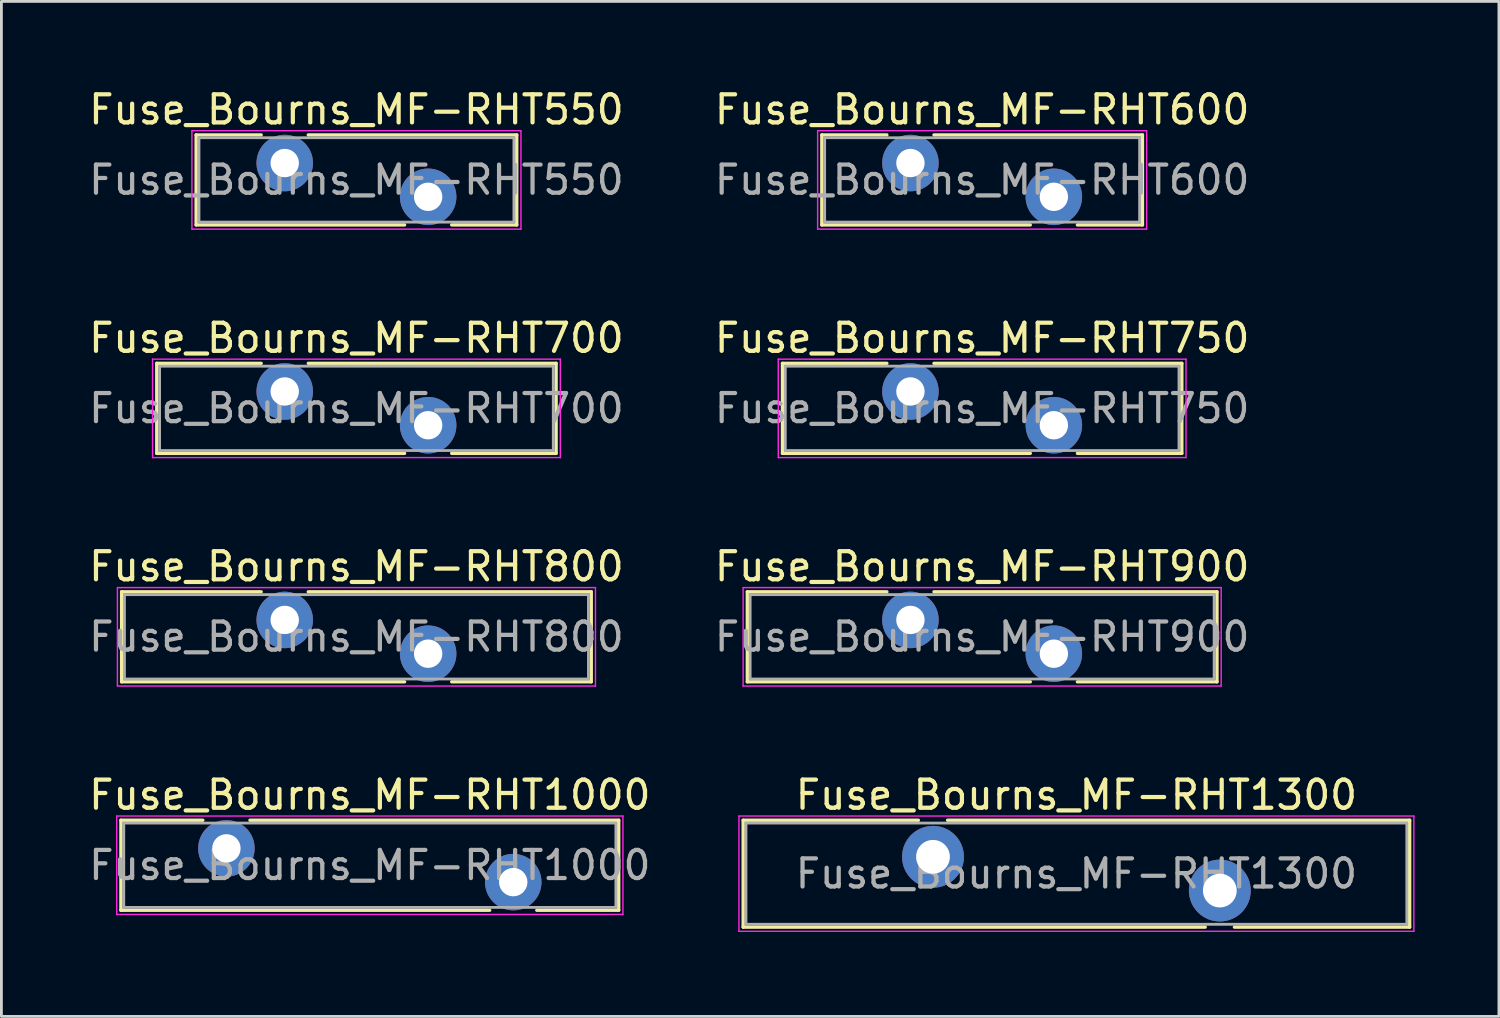
<source format=kicad_pcb>
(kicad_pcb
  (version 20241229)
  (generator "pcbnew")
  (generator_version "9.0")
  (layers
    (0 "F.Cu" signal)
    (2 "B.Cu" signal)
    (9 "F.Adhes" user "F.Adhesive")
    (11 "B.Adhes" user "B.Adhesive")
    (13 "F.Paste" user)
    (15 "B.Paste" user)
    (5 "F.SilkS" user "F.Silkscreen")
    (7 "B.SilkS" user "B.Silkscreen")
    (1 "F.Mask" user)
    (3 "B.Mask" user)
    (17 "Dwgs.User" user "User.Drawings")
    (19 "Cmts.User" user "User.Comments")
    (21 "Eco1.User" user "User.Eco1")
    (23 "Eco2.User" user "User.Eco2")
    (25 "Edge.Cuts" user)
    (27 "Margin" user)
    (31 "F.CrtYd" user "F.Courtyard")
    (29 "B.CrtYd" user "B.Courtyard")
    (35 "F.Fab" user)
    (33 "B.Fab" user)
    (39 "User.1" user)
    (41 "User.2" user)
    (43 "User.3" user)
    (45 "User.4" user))
  (footprint "Fuse_Bourns_MF-RHT900"
    (layer "F.Cu")
    (at 29.325 18.995)
    (property "Reference" "Fuse_Bourns_MF-RHT900" (at 2.55 -1.9 0) (layer "F.SilkS") (effects (font (size 1 1) (thickness 0.15))))
    (attr through_hole)
    (fp_line (start -5.8 -1) (end -5.8 2.2) (stroke (width 0.12) (type solid)) (layer "F.SilkS"))
    (fp_line (start -5.8 -1) (end -0.838 -1) (stroke (width 0.12) (type solid)) (layer "F.SilkS"))
    (fp_line (start -5.8 2.2) (end 4.262 2.2) (stroke (width 0.12) (type solid)) (layer "F.SilkS"))
    (fp_line (start 0.838 -1) (end 10.9 -1) (stroke (width 0.12) (type solid)) (layer "F.SilkS"))
    (fp_line (start 5.938 2.2) (end 10.9 2.2) (stroke (width 0.12) (type solid)) (layer "F.SilkS"))
    (fp_line (start 10.9 -1) (end 10.9 2.2) (stroke (width 0.12) (type solid)) (layer "F.SilkS"))
    (fp_line (start -5.95 -1.15) (end -5.95 2.35) (stroke (width 0.05) (type solid)) (layer "F.CrtYd"))
    (fp_line (start -5.95 2.35) (end 11.05 2.35) (stroke (width 0.05) (type solid)) (layer "F.CrtYd"))
    (fp_line (start 11.05 -1.15) (end -5.95 -1.15) (stroke (width 0.05) (type solid)) (layer "F.CrtYd"))
    (fp_line (start 11.05 2.35) (end 11.05 -1.15) (stroke (width 0.05) (type solid)) (layer "F.CrtYd"))
    (fp_line (start -5.7 -0.9) (end -5.7 2.1) (stroke (width 0.1) (type solid)) (layer "F.Fab"))
    (fp_line (start -5.7 2.1) (end 10.8 2.1) (stroke (width 0.1) (type solid)) (layer "F.Fab"))
    (fp_line (start 10.8 -0.9) (end -5.7 -0.9) (stroke (width 0.1) (type solid)) (layer "F.Fab"))
    (fp_line (start 10.8 2.1) (end 10.8 -0.9) (stroke (width 0.1) (type solid)) (layer "F.Fab"))
    (fp_text user "${REFERENCE}" (at 2.55 0.6 0) (layer "F.Fab") (effects (font (size 1 1) (thickness 0.15))))
    (pad "1" thru_hole circle (at 0 0) (size 2.01 2.01) (drill 1.01) (layers "*.Cu" "*.Mask"))
    (pad "2" thru_hole circle (at 5.1 1.2) (size 2.01 2.01) (drill 1.01) (layers "*.Cu" "*.Mask")))
  (footprint "Fuse_Bourns_MF-RHT600"
    (layer "F.Cu")
    (at 29.325 2.748)
    (property "Reference" "Fuse_Bourns_MF-RHT600" (at 2.55 -1.9 0) (layer "F.SilkS") (effects (font (size 1 1) (thickness 0.15))))
    (attr through_hole)
    (fp_line (start -3.15 -1) (end -3.15 2.2) (stroke (width 0.12) (type solid)) (layer "F.SilkS"))
    (fp_line (start -3.15 -1) (end -0.838 -1) (stroke (width 0.12) (type solid)) (layer "F.SilkS"))
    (fp_line (start -3.15 2.2) (end 4.262 2.2) (stroke (width 0.12) (type solid)) (layer "F.SilkS"))
    (fp_line (start 0.838 -1) (end 8.25 -1) (stroke (width 0.12) (type solid)) (layer "F.SilkS"))
    (fp_line (start 5.938 2.2) (end 8.25 2.2) (stroke (width 0.12) (type solid)) (layer "F.SilkS"))
    (fp_line (start 8.25 -1) (end 8.25 2.2) (stroke (width 0.12) (type solid)) (layer "F.SilkS"))
    (fp_line (start -3.3 -1.15) (end -3.3 2.35) (stroke (width 0.05) (type solid)) (layer "F.CrtYd"))
    (fp_line (start -3.3 2.35) (end 8.4 2.35) (stroke (width 0.05) (type solid)) (layer "F.CrtYd"))
    (fp_line (start 8.4 -1.15) (end -3.3 -1.15) (stroke (width 0.05) (type solid)) (layer "F.CrtYd"))
    (fp_line (start 8.4 2.35) (end 8.4 -1.15) (stroke (width 0.05) (type solid)) (layer "F.CrtYd"))
    (fp_line (start -3.05 -0.9) (end -3.05 2.1) (stroke (width 0.1) (type solid)) (layer "F.Fab"))
    (fp_line (start -3.05 2.1) (end 8.15 2.1) (stroke (width 0.1) (type solid)) (layer "F.Fab"))
    (fp_line (start 8.15 -0.9) (end -3.05 -0.9) (stroke (width 0.1) (type solid)) (layer "F.Fab"))
    (fp_line (start 8.15 2.1) (end 8.15 -0.9) (stroke (width 0.1) (type solid)) (layer "F.Fab"))
    (fp_text user "${REFERENCE}" (at 2.55 0.6 0) (layer "F.Fab") (effects (font (size 1 1) (thickness 0.15))))
    (pad "1" thru_hole circle (at 0 0) (size 2.01 2.01) (drill 1.01) (layers "*.Cu" "*.Mask"))
    (pad "2" thru_hole circle (at 5.1 1.2) (size 2.01 2.01) (drill 1.01) (layers "*.Cu" "*.Mask")))
  (footprint "Fuse_Bourns_MF-RHT1300"
    (layer "F.Cu")
    (at 30.127 27.418)
    (property "Reference" "Fuse_Bourns_MF-RHT1300" (at 5.1 -2.2 0) (layer "F.SilkS") (effects (font (size 1 1) (thickness 0.15))))
    (attr through_hole)
    (fp_line (start -6.75 -1.3) (end -6.75 2.5) (stroke (width 0.12) (type solid)) (layer "F.SilkS"))
    (fp_line (start -6.75 -1.3) (end -0.52 -1.3) (stroke (width 0.12) (type solid)) (layer "F.SilkS"))
    (fp_line (start -6.75 2.5) (end 9.68 2.5) (stroke (width 0.12) (type solid)) (layer "F.SilkS"))
    (fp_line (start 0.52 -1.3) (end 16.95 -1.3) (stroke (width 0.12) (type solid)) (layer "F.SilkS"))
    (fp_line (start 10.72 2.5) (end 16.95 2.5) (stroke (width 0.12) (type solid)) (layer "F.SilkS"))
    (fp_line (start 16.95 -1.3) (end 16.95 2.5) (stroke (width 0.12) (type solid)) (layer "F.SilkS"))
    (fp_line (start -6.9 -1.45) (end -6.9 2.65) (stroke (width 0.05) (type solid)) (layer "F.CrtYd"))
    (fp_line (start -6.9 2.65) (end 17.1 2.65) (stroke (width 0.05) (type solid)) (layer "F.CrtYd"))
    (fp_line (start 17.1 -1.45) (end -6.9 -1.45) (stroke (width 0.05) (type solid)) (layer "F.CrtYd"))
    (fp_line (start 17.1 2.65) (end 17.1 -1.45) (stroke (width 0.05) (type solid)) (layer "F.CrtYd"))
    (fp_line (start -6.65 -1.2) (end -6.65 2.4) (stroke (width 0.1) (type solid)) (layer "F.Fab"))
    (fp_line (start -6.65 2.4) (end 16.85 2.4) (stroke (width 0.1) (type solid)) (layer "F.Fab"))
    (fp_line (start 16.85 -1.2) (end -6.65 -1.2) (stroke (width 0.1) (type solid)) (layer "F.Fab"))
    (fp_line (start 16.85 2.4) (end 16.85 -1.2) (stroke (width 0.1) (type solid)) (layer "F.Fab"))
    (fp_text user "${REFERENCE}" (at 5.1 0.6 0) (layer "F.Fab") (effects (font (size 1 1) (thickness 0.15))))
    (pad "1" thru_hole circle (at 0 0) (size 2.2 2.2) (drill 1.2) (layers "*.Cu" "*.Mask"))
    (pad "2" thru_hole circle (at 10.2 1.2) (size 2.2 2.2) (drill 1.2) (layers "*.Cu" "*.Mask")))
  (footprint "Fuse_Bourns_MF-RHT800"
    (layer "F.Cu")
    (at 7.075 18.995)
    (property "Reference" "Fuse_Bourns_MF-RHT800" (at 2.55 -1.9 0) (layer "F.SilkS") (effects (font (size 1 1) (thickness 0.15))))
    (attr through_hole)
    (fp_line (start -5.8 -1) (end -5.8 2.2) (stroke (width 0.12) (type solid)) (layer "F.SilkS"))
    (fp_line (start -5.8 -1) (end -0.838 -1) (stroke (width 0.12) (type solid)) (layer "F.SilkS"))
    (fp_line (start -5.8 2.2) (end 4.262 2.2) (stroke (width 0.12) (type solid)) (layer "F.SilkS"))
    (fp_line (start 0.838 -1) (end 10.9 -1) (stroke (width 0.12) (type solid)) (layer "F.SilkS"))
    (fp_line (start 5.938 2.2) (end 10.9 2.2) (stroke (width 0.12) (type solid)) (layer "F.SilkS"))
    (fp_line (start 10.9 -1) (end 10.9 2.2) (stroke (width 0.12) (type solid)) (layer "F.SilkS"))
    (fp_line (start -5.95 -1.15) (end -5.95 2.35) (stroke (width 0.05) (type solid)) (layer "F.CrtYd"))
    (fp_line (start -5.95 2.35) (end 11.05 2.35) (stroke (width 0.05) (type solid)) (layer "F.CrtYd"))
    (fp_line (start 11.05 -1.15) (end -5.95 -1.15) (stroke (width 0.05) (type solid)) (layer "F.CrtYd"))
    (fp_line (start 11.05 2.35) (end 11.05 -1.15) (stroke (width 0.05) (type solid)) (layer "F.CrtYd"))
    (fp_line (start -5.7 -0.9) (end -5.7 2.1) (stroke (width 0.1) (type solid)) (layer "F.Fab"))
    (fp_line (start -5.7 2.1) (end 10.8 2.1) (stroke (width 0.1) (type solid)) (layer "F.Fab"))
    (fp_line (start 10.8 -0.9) (end -5.7 -0.9) (stroke (width 0.1) (type solid)) (layer "F.Fab"))
    (fp_line (start 10.8 2.1) (end 10.8 -0.9) (stroke (width 0.1) (type solid)) (layer "F.Fab"))
    (fp_text user "${REFERENCE}" (at 2.55 0.6 0) (layer "F.Fab") (effects (font (size 1 1) (thickness 0.15))))
    (pad "1" thru_hole circle (at 0 0) (size 2.01 2.01) (drill 1.01) (layers "*.Cu" "*.Mask"))
    (pad "2" thru_hole circle (at 5.1 1.2) (size 2.01 2.01) (drill 1.01) (layers "*.Cu" "*.Mask")))
  (footprint "Fuse_Bourns_MF-RHT750"
    (layer "F.Cu")
    (at 29.325 10.871)
    (property "Reference" "Fuse_Bourns_MF-RHT750" (at 2.55 -1.9 0) (layer "F.SilkS") (effects (font (size 1 1) (thickness 0.15))))
    (attr through_hole)
    (fp_line (start -4.55 -1) (end -4.55 2.2) (stroke (width 0.12) (type solid)) (layer "F.SilkS"))
    (fp_line (start -4.55 -1) (end -0.838 -1) (stroke (width 0.12) (type solid)) (layer "F.SilkS"))
    (fp_line (start -4.55 2.2) (end 4.262 2.2) (stroke (width 0.12) (type solid)) (layer "F.SilkS"))
    (fp_line (start 0.838 -1) (end 9.65 -1) (stroke (width 0.12) (type solid)) (layer "F.SilkS"))
    (fp_line (start 5.938 2.2) (end 9.65 2.2) (stroke (width 0.12) (type solid)) (layer "F.SilkS"))
    (fp_line (start 9.65 -1) (end 9.65 2.2) (stroke (width 0.12) (type solid)) (layer "F.SilkS"))
    (fp_line (start -4.7 -1.15) (end -4.7 2.35) (stroke (width 0.05) (type solid)) (layer "F.CrtYd"))
    (fp_line (start -4.7 2.35) (end 9.8 2.35) (stroke (width 0.05) (type solid)) (layer "F.CrtYd"))
    (fp_line (start 9.8 -1.15) (end -4.7 -1.15) (stroke (width 0.05) (type solid)) (layer "F.CrtYd"))
    (fp_line (start 9.8 2.35) (end 9.8 -1.15) (stroke (width 0.05) (type solid)) (layer "F.CrtYd"))
    (fp_line (start -4.45 -0.9) (end -4.45 2.1) (stroke (width 0.1) (type solid)) (layer "F.Fab"))
    (fp_line (start -4.45 2.1) (end 9.55 2.1) (stroke (width 0.1) (type solid)) (layer "F.Fab"))
    (fp_line (start 9.55 -0.9) (end -4.45 -0.9) (stroke (width 0.1) (type solid)) (layer "F.Fab"))
    (fp_line (start 9.55 2.1) (end 9.55 -0.9) (stroke (width 0.1) (type solid)) (layer "F.Fab"))
    (fp_text user "${REFERENCE}" (at 2.55 0.6 0) (layer "F.Fab") (effects (font (size 1 1) (thickness 0.15))))
    (pad "1" thru_hole circle (at 0 0) (size 2.01 2.01) (drill 1.01) (layers "*.Cu" "*.Mask"))
    (pad "2" thru_hole circle (at 5.1 1.2) (size 2.01 2.01) (drill 1.01) (layers "*.Cu" "*.Mask")))
  (footprint "Fuse_Bourns_MF-RHT700"
    (layer "F.Cu")
    (at 7.075 10.871)
    (property "Reference" "Fuse_Bourns_MF-RHT700" (at 2.55 -1.9 0) (layer "F.SilkS") (effects (font (size 1 1) (thickness 0.15))))
    (attr through_hole)
    (fp_line (start -4.55 -1) (end -4.55 2.2) (stroke (width 0.12) (type solid)) (layer "F.SilkS"))
    (fp_line (start -4.55 -1) (end -0.838 -1) (stroke (width 0.12) (type solid)) (layer "F.SilkS"))
    (fp_line (start -4.55 2.2) (end 4.262 2.2) (stroke (width 0.12) (type solid)) (layer "F.SilkS"))
    (fp_line (start 0.838 -1) (end 9.65 -1) (stroke (width 0.12) (type solid)) (layer "F.SilkS"))
    (fp_line (start 5.938 2.2) (end 9.65 2.2) (stroke (width 0.12) (type solid)) (layer "F.SilkS"))
    (fp_line (start 9.65 -1) (end 9.65 2.2) (stroke (width 0.12) (type solid)) (layer "F.SilkS"))
    (fp_line (start -4.7 -1.15) (end -4.7 2.35) (stroke (width 0.05) (type solid)) (layer "F.CrtYd"))
    (fp_line (start -4.7 2.35) (end 9.8 2.35) (stroke (width 0.05) (type solid)) (layer "F.CrtYd"))
    (fp_line (start 9.8 -1.15) (end -4.7 -1.15) (stroke (width 0.05) (type solid)) (layer "F.CrtYd"))
    (fp_line (start 9.8 2.35) (end 9.8 -1.15) (stroke (width 0.05) (type solid)) (layer "F.CrtYd"))
    (fp_line (start -4.45 -0.9) (end -4.45 2.1) (stroke (width 0.1) (type solid)) (layer "F.Fab"))
    (fp_line (start -4.45 2.1) (end 9.55 2.1) (stroke (width 0.1) (type solid)) (layer "F.Fab"))
    (fp_line (start 9.55 -0.9) (end -4.45 -0.9) (stroke (width 0.1) (type solid)) (layer "F.Fab"))
    (fp_line (start 9.55 2.1) (end 9.55 -0.9) (stroke (width 0.1) (type solid)) (layer "F.Fab"))
    (fp_text user "${REFERENCE}" (at 2.55 0.6 0) (layer "F.Fab") (effects (font (size 1 1) (thickness 0.15))))
    (pad "1" thru_hole circle (at 0 0) (size 2.01 2.01) (drill 1.01) (layers "*.Cu" "*.Mask"))
    (pad "2" thru_hole circle (at 5.1 1.2) (size 2.01 2.01) (drill 1.01) (layers "*.Cu" "*.Mask")))
  (footprint "Fuse_Bourns_MF-RHT550"
    (layer "F.Cu")
    (at 7.075 2.748)
    (property "Reference" "Fuse_Bourns_MF-RHT550" (at 2.55 -1.9 0) (layer "F.SilkS") (effects (font (size 1 1) (thickness 0.15))))
    (attr through_hole)
    (fp_line (start -3.15 -1) (end -3.15 2.2) (stroke (width 0.12) (type solid)) (layer "F.SilkS"))
    (fp_line (start -3.15 -1) (end -0.838 -1) (stroke (width 0.12) (type solid)) (layer "F.SilkS"))
    (fp_line (start -3.15 2.2) (end 4.262 2.2) (stroke (width 0.12) (type solid)) (layer "F.SilkS"))
    (fp_line (start 0.838 -1) (end 8.25 -1) (stroke (width 0.12) (type solid)) (layer "F.SilkS"))
    (fp_line (start 5.938 2.2) (end 8.25 2.2) (stroke (width 0.12) (type solid)) (layer "F.SilkS"))
    (fp_line (start 8.25 -1) (end 8.25 2.2) (stroke (width 0.12) (type solid)) (layer "F.SilkS"))
    (fp_line (start -3.3 -1.15) (end -3.3 2.35) (stroke (width 0.05) (type solid)) (layer "F.CrtYd"))
    (fp_line (start -3.3 2.35) (end 8.4 2.35) (stroke (width 0.05) (type solid)) (layer "F.CrtYd"))
    (fp_line (start 8.4 -1.15) (end -3.3 -1.15) (stroke (width 0.05) (type solid)) (layer "F.CrtYd"))
    (fp_line (start 8.4 2.35) (end 8.4 -1.15) (stroke (width 0.05) (type solid)) (layer "F.CrtYd"))
    (fp_line (start -3.05 -0.9) (end -3.05 2.1) (stroke (width 0.1) (type solid)) (layer "F.Fab"))
    (fp_line (start -3.05 2.1) (end 8.15 2.1) (stroke (width 0.1) (type solid)) (layer "F.Fab"))
    (fp_line (start 8.15 -0.9) (end -3.05 -0.9) (stroke (width 0.1) (type solid)) (layer "F.Fab"))
    (fp_line (start 8.15 2.1) (end 8.15 -0.9) (stroke (width 0.1) (type solid)) (layer "F.Fab"))
    (fp_text user "${REFERENCE}" (at 2.55 0.6 0) (layer "F.Fab") (effects (font (size 1 1) (thickness 0.15))))
    (pad "1" thru_hole circle (at 0 0) (size 2.01 2.01) (drill 1.01) (layers "*.Cu" "*.Mask"))
    (pad "2" thru_hole circle (at 5.1 1.2) (size 2.01 2.01) (drill 1.01) (layers "*.Cu" "*.Mask")))
  (footprint "Fuse_Bourns_MF-RHT1000"
    (layer "F.Cu")
    (at 5.001 27.118)
    (property "Reference" "Fuse_Bourns_MF-RHT1000" (at 5.1 -1.9 0) (layer "F.SilkS") (effects (font (size 1 1) (thickness 0.15))))
    (attr through_hole)
    (fp_line (start -3.75 -1) (end -3.75 2.2) (stroke (width 0.12) (type solid)) (layer "F.SilkS"))
    (fp_line (start -3.75 -1) (end -0.838 -1) (stroke (width 0.12) (type solid)) (layer "F.SilkS"))
    (fp_line (start -3.75 2.2) (end 9.362 2.2) (stroke (width 0.12) (type solid)) (layer "F.SilkS"))
    (fp_line (start 0.838 -1) (end 13.95 -1) (stroke (width 0.12) (type solid)) (layer "F.SilkS"))
    (fp_line (start 11.038 2.2) (end 13.95 2.2) (stroke (width 0.12) (type solid)) (layer "F.SilkS"))
    (fp_line (start 13.95 -1) (end 13.95 2.2) (stroke (width 0.12) (type solid)) (layer "F.SilkS"))
    (fp_line (start -3.9 -1.15) (end -3.9 2.35) (stroke (width 0.05) (type solid)) (layer "F.CrtYd"))
    (fp_line (start -3.9 2.35) (end 14.1 2.35) (stroke (width 0.05) (type solid)) (layer "F.CrtYd"))
    (fp_line (start 14.1 -1.15) (end -3.9 -1.15) (stroke (width 0.05) (type solid)) (layer "F.CrtYd"))
    (fp_line (start 14.1 2.35) (end 14.1 -1.15) (stroke (width 0.05) (type solid)) (layer "F.CrtYd"))
    (fp_line (start -3.65 -0.9) (end -3.65 2.1) (stroke (width 0.1) (type solid)) (layer "F.Fab"))
    (fp_line (start -3.65 2.1) (end 13.85 2.1) (stroke (width 0.1) (type solid)) (layer "F.Fab"))
    (fp_line (start 13.85 -0.9) (end -3.65 -0.9) (stroke (width 0.1) (type solid)) (layer "F.Fab"))
    (fp_line (start 13.85 2.1) (end 13.85 -0.9) (stroke (width 0.1) (type solid)) (layer "F.Fab"))
    (fp_text user "${REFERENCE}" (at 5.1 0.6 0) (layer "F.Fab") (effects (font (size 1 1) (thickness 0.15))))
    (pad "1" thru_hole circle (at 0 0) (size 2.01 2.01) (drill 1.01) (layers "*.Cu" "*.Mask"))
    (pad "2" thru_hole circle (at 10.2 1.2) (size 2.01 2.01) (drill 1.01) (layers "*.Cu" "*.Mask")))
  (gr_rect
    (start -3 -3)
    (end 50.252 33.093)
    (stroke (width 0.1) (type default))
    (fill no)
    (layer "Edge.Cuts")))
</source>
